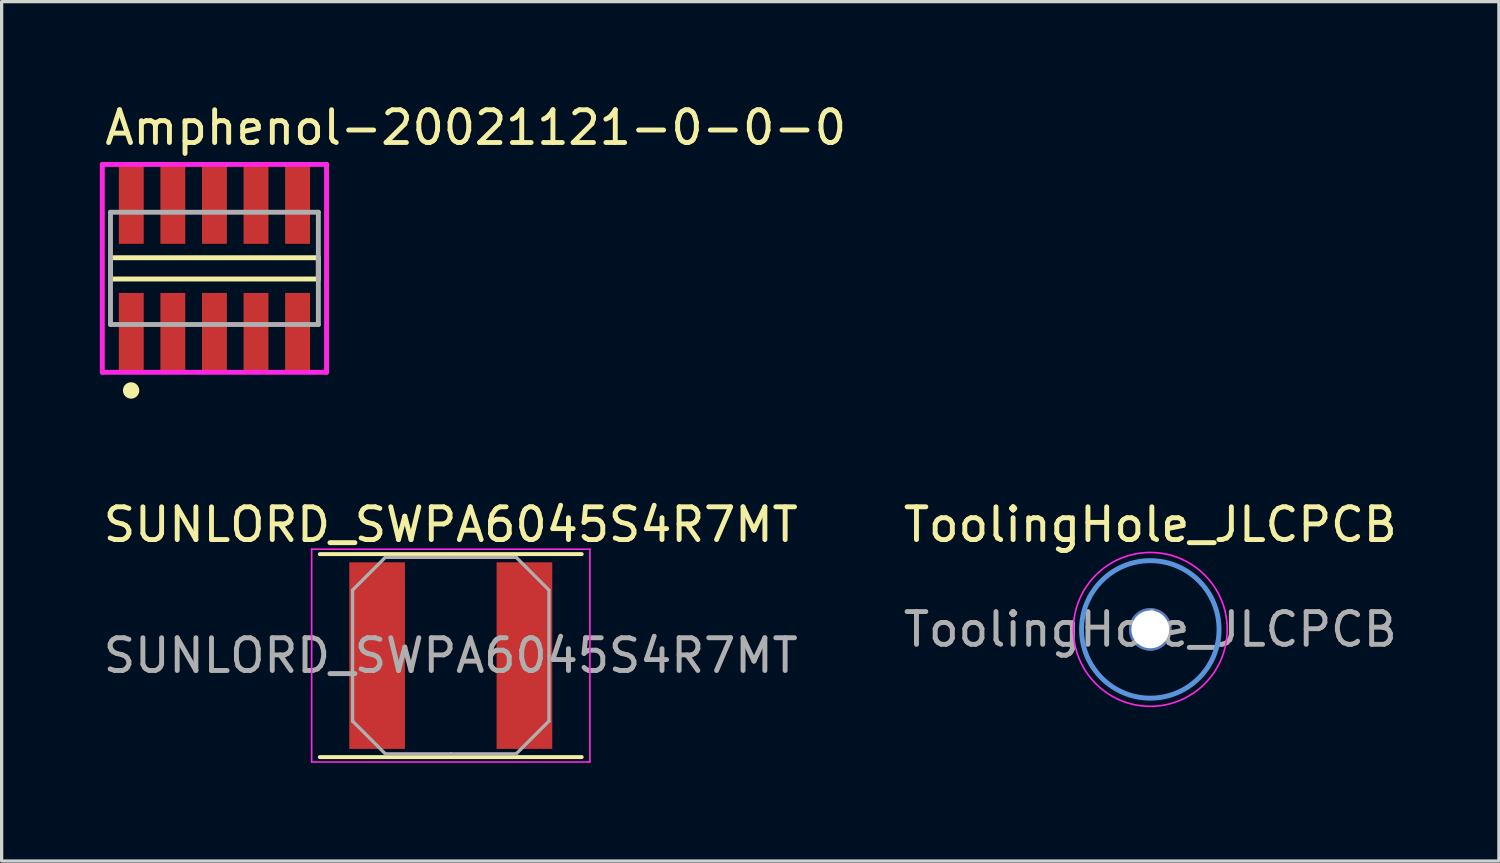
<source format=kicad_pcb>
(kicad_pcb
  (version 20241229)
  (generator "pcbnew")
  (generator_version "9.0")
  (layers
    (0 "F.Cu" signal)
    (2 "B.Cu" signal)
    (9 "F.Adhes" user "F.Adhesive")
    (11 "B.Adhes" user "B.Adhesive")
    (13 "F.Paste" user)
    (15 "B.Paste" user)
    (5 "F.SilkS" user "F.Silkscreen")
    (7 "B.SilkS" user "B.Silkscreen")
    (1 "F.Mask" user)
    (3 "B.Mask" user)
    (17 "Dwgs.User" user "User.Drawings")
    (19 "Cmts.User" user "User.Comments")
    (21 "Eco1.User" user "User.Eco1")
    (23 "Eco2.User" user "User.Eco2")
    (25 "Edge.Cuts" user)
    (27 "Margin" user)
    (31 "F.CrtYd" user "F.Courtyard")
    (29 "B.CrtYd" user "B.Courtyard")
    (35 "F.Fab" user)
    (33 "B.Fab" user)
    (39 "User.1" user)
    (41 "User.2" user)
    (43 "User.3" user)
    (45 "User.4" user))
  (footprint "ToolingHole_JLCPCB"
    (layer "F.Cu")
    (at 32.089 16.177)
    (property "Reference" "ToolingHole_JLCPCB" (at 0 -3.2 0) (layer "F.SilkS") (effects (font (size 1 1) (thickness 0.15))))
    (attr exclude_from_pos_files exclude_from_bom)
    (fp_circle (center 0 0) (end 2.1 0) (stroke (width 0.15) (type solid)) (fill no) (layer "Cmts.User"))
    (fp_circle (center 0 0) (end 2.35 0) (stroke (width 0.05) (type solid)) (fill no) (layer "F.CrtYd"))
    (fp_text user "${REFERENCE}" (at 0 0 0) (layer "F.Fab") (effects (font (size 1 1) (thickness 0.15))))
    (pad "" np_thru_hole circle (at 0 0) (size 1.3 1.3) (drill 1.152) (layers "*.Cu" "*.Mask")))
  (footprint "SUNLORD_SWPA6045S4R7MT"
    (layer "F.Cu")
    (at 10.72 16.977)
    (property "Reference" "SUNLORD_SWPA6045S4R7MT" (at 0 -4 0) (layer "F.SilkS") (effects (font (size 1 1) (thickness 0.15))))
    (attr smd)
    (fp_line (start -4 -3.1) (end 4 -3.1) (stroke (width 0.12) (type solid)) (layer "F.SilkS"))
    (fp_line (start -4 3.1) (end 4 3.1) (stroke (width 0.12) (type solid)) (layer "F.SilkS"))
    (fp_line (start -4.25 -3.25) (end -4.25 3.25) (stroke (width 0.05) (type solid)) (layer "F.CrtYd"))
    (fp_line (start -4.25 3.25) (end 4.25 3.25) (stroke (width 0.05) (type solid)) (layer "F.CrtYd"))
    (fp_line (start 4.25 -3.25) (end -4.25 -3.25) (stroke (width 0.05) (type solid)) (layer "F.CrtYd"))
    (fp_line (start 4.25 3.25) (end 4.25 -3.25) (stroke (width 0.05) (type solid)) (layer "F.CrtYd"))
    (fp_line (start -3 -2) (end -2 -3) (stroke (width 0.1) (type solid)) (layer "F.Fab"))
    (fp_line (start -3 0) (end -3 -2) (stroke (width 0.1) (type solid)) (layer "F.Fab"))
    (fp_line (start -3 0) (end -3 2) (stroke (width 0.1) (type solid)) (layer "F.Fab"))
    (fp_line (start -3 2) (end -2 3) (stroke (width 0.1) (type solid)) (layer "F.Fab"))
    (fp_line (start -2 -3) (end 0 -3) (stroke (width 0.1) (type solid)) (layer "F.Fab"))
    (fp_line (start -2 3) (end 0 3) (stroke (width 0.1) (type solid)) (layer "F.Fab"))
    (fp_line (start 2 -3) (end 0 -3) (stroke (width 0.1) (type solid)) (layer "F.Fab"))
    (fp_line (start 2 3) (end 0 3) (stroke (width 0.1) (type solid)) (layer "F.Fab"))
    (fp_line (start 3 -2) (end 2 -3) (stroke (width 0.1) (type solid)) (layer "F.Fab"))
    (fp_line (start 3 0) (end 3 -2) (stroke (width 0.1) (type solid)) (layer "F.Fab"))
    (fp_line (start 3 0) (end 3 2) (stroke (width 0.1) (type solid)) (layer "F.Fab"))
    (fp_line (start 3 2) (end 2 3) (stroke (width 0.1) (type solid)) (layer "F.Fab"))
    (fp_text user "${REFERENCE}" (at 0 0 0) (layer "F.Fab") (effects (font (size 1 1) (thickness 0.15))))
    (pad "1" smd rect (at -2.25 0) (size 1.7 5.7) (layers "F.Cu" "F.Mask" "F.Paste"))
    (pad "2" smd rect (at 2.25 0) (size 1.7 5.7) (layers "F.Cu" "F.Mask" "F.Paste")))
  (footprint "Amphenol-20021121-0-0-0"
    (layer "F.Cu")
    (at 3.5 5.148)
    (property "Reference" "Amphenol-20021121-0-0-0" (at -3.425 -4.3 0) (layer "F.SilkS") (effects (font (size 1 1) (thickness 0.15)) (justify left)))
    (attr through_hole)
    (fp_line (start -3.175 -0.325) (end 3.175 -0.325) (stroke (width 0.15) (type solid)) (layer "F.SilkS"))
    (fp_line (start -3.175 0.325) (end -3.175 -0.325) (stroke (width 0.15) (type solid)) (layer "F.SilkS"))
    (fp_line (start 3.175 -0.325) (end 3.175 0.325) (stroke (width 0.15) (type solid)) (layer "F.SilkS"))
    (fp_line (start 3.175 0.325) (end -3.175 0.325) (stroke (width 0.15) (type solid)) (layer "F.SilkS"))
    (fp_circle (center -2.545 3.73) (end -2.42 3.73) (stroke (width 0.25) (type solid)) (fill no) (layer "F.SilkS"))
    (fp_line (start -3.425 -3.175) (end -3.425 3.175) (stroke (width 0.15) (type solid)) (layer "F.CrtYd"))
    (fp_line (start -3.425 3.175) (end 3.425 3.175) (stroke (width 0.15) (type solid)) (layer "F.CrtYd"))
    (fp_line (start 3.425 -3.175) (end -3.425 -3.175) (stroke (width 0.15) (type solid)) (layer "F.CrtYd"))
    (fp_line (start 3.425 -3.175) (end 3.425 -3.175) (stroke (width 0.15) (type solid)) (layer "F.CrtYd"))
    (fp_line (start 3.425 3.175) (end 3.425 -3.175) (stroke (width 0.15) (type solid)) (layer "F.CrtYd"))
    (fp_line (start -3.175 -1.715) (end 3.175 -1.715) (stroke (width 0.15) (type solid)) (layer "F.Fab"))
    (fp_line (start -3.175 1.715) (end -3.175 -1.715) (stroke (width 0.15) (type solid)) (layer "F.Fab"))
    (fp_line (start 3.175 -1.715) (end 3.175 1.715) (stroke (width 0.15) (type solid)) (layer "F.Fab"))
    (fp_line (start 3.175 1.715) (end -3.175 1.715) (stroke (width 0.15) (type solid)) (layer "F.Fab"))
    (pad "1" smd rect (at -2.54 1.95) (size 0.76 2.4) (layers "F.Cu" "F.Mask" "F.Paste"))
    (pad "2" smd rect (at -2.54 -1.95) (size 0.76 2.4) (layers "F.Cu" "F.Mask" "F.Paste"))
    (pad "3" smd rect (at -1.27 1.95) (size 0.76 2.4) (layers "F.Cu" "F.Mask" "F.Paste"))
    (pad "4" smd rect (at -1.27 -1.95) (size 0.76 2.4) (layers "F.Cu" "F.Mask" "F.Paste"))
    (pad "5" smd rect (at 0 1.95) (size 0.76 2.4) (layers "F.Cu" "F.Mask" "F.Paste"))
    (pad "6" smd rect (at 0 -1.95) (size 0.76 2.4) (layers "F.Cu" "F.Mask" "F.Paste"))
    (pad "7" smd rect (at 1.27 1.95) (size 0.76 2.4) (layers "F.Cu" "F.Mask" "F.Paste"))
    (pad "8" smd rect (at 1.27 -1.95) (size 0.76 2.4) (layers "F.Cu" "F.Mask" "F.Paste"))
    (pad "9" smd rect (at 2.54 1.95) (size 0.76 2.4) (layers "F.Cu" "F.Mask" "F.Paste"))
    (pad "10" smd rect (at 2.54 -1.95) (size 0.76 2.4) (layers "F.Cu" "F.Mask" "F.Paste")))
  (gr_rect
    (start -3 -3)
    (end 42.738 23.252)
    (stroke (width 0.1) (type default))
    (fill no)
    (layer "Edge.Cuts")))
</source>
